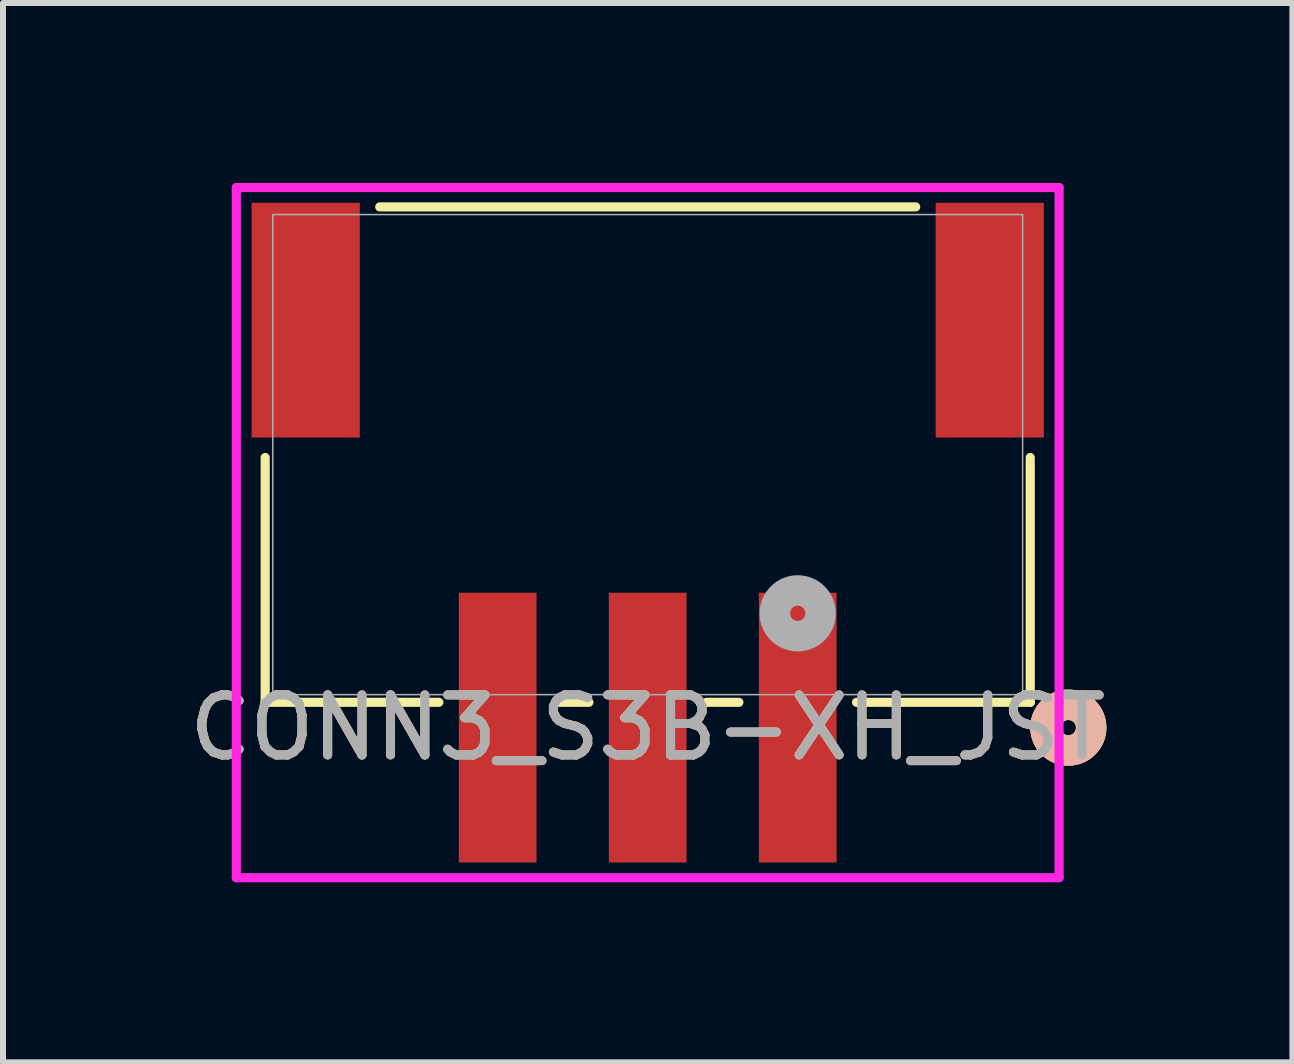
<source format=kicad_pcb>
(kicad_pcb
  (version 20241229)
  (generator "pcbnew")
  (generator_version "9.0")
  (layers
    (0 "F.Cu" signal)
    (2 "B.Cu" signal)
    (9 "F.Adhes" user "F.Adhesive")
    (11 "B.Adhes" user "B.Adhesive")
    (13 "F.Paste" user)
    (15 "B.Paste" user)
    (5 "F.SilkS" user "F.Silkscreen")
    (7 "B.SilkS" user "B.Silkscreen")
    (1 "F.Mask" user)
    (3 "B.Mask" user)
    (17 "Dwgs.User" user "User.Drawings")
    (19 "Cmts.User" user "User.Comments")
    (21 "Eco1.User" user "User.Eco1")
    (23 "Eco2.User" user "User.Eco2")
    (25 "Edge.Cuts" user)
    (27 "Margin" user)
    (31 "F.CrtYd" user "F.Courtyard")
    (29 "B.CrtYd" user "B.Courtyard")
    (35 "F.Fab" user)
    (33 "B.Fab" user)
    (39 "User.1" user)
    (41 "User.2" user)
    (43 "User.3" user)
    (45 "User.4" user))
  (footprint "CONN3_S3B-XH_JST"
    (layer "F.Cu")
    (at 7.744 4.526)
    (property "Reference" "CONN3_S3B-XH_JST" (at 0 4.55 0) (unlocked yes) (layer "F.SilkS") (effects (font (size 1 1) (thickness 0.15))))
    (attr smd)
    (fp_line (start -6.375 0.048) (end -6.375 4.128) (stroke (width 0.152) (type solid)) (layer "F.SilkS"))
    (fp_line (start -6.375 4.128) (end -3.48 4.128) (stroke (width 0.152) (type solid)) (layer "F.SilkS"))
    (fp_line (start -1.52 4.128) (end -0.98 4.128) (stroke (width 0.152) (type solid)) (layer "F.SilkS"))
    (fp_line (start 0.98 4.128) (end 1.52 4.128) (stroke (width 0.152) (type solid)) (layer "F.SilkS"))
    (fp_line (start 3.48 4.128) (end 6.375 4.128) (stroke (width 0.152) (type solid)) (layer "F.SilkS"))
    (fp_line (start 4.466 -4.128) (end -4.466 -4.128) (stroke (width 0.152) (type solid)) (layer "F.SilkS"))
    (fp_line (start 6.375 4.128) (end 6.375 0.048) (stroke (width 0.152) (type solid)) (layer "F.SilkS"))
    (fp_circle (center 7.01 4.55) (end 7.391 4.55) (stroke (width 0.508) (type solid)) (fill no) (layer "F.SilkS"))
    (fp_circle (center 7.01 4.55) (end 7.391 4.55) (stroke (width 0.508) (type solid)) (fill no) (layer "B.SilkS"))
    (fp_line (start -6.856 -4.45) (end -6.856 7.051) (stroke (width 0.152) (type solid)) (layer "F.CrtYd"))
    (fp_line (start -6.856 7.051) (end 6.856 7.051) (stroke (width 0.152) (type solid)) (layer "F.CrtYd"))
    (fp_line (start 6.856 -4.45) (end -6.856 -4.45) (stroke (width 0.152) (type solid)) (layer "F.CrtYd"))
    (fp_line (start 6.856 7.051) (end 6.856 -4.45) (stroke (width 0.152) (type solid)) (layer "F.CrtYd"))
    (fp_line (start -6.248 -4) (end -6.248 4) (stroke (width 0.025) (type solid)) (layer "F.Fab"))
    (fp_line (start -6.248 4) (end 6.248 4) (stroke (width 0.025) (type solid)) (layer "F.Fab"))
    (fp_line (start 6.248 -4) (end -6.248 -4) (stroke (width 0.025) (type solid)) (layer "F.Fab"))
    (fp_line (start 6.248 4) (end 6.248 -4) (stroke (width 0.025) (type solid)) (layer "F.Fab"))
    (fp_circle (center 2.5 2.645) (end 2.881 2.645) (stroke (width 0.508) (type solid)) (fill no) (layer "F.Fab"))
    (fp_text user "${REFERENCE}" (at 0 4.55 0) (unlocked yes) (layer "F.Fab") (effects (font (size 1 1) (thickness 0.15))))
    (pad "1" smd rect (at 2.5 4.55) (size 1.295 4.496) (layers "F.Cu" "F.Mask" "F.Paste"))
    (pad "2" smd rect (at 0 4.55) (size 1.295 4.496) (layers "F.Cu" "F.Mask" "F.Paste"))
    (pad "3" smd rect (at -2.5 4.55) (size 1.295 4.496) (layers "F.Cu" "F.Mask" "F.Paste"))
    (pad "4" smd rect (at -5.7 -2.24) (size 1.803 3.912) (layers "F.Cu" "F.Mask" "F.Paste"))
    (pad "5" smd rect (at 5.7 -2.24) (size 1.803 3.912) (layers "F.Cu" "F.Mask" "F.Paste")))
  (gr_rect
    (start -3 -3)
    (end 18.488 14.654)
    (stroke (width 0.1) (type default))
    (fill no)
    (layer "Edge.Cuts")))
</source>
